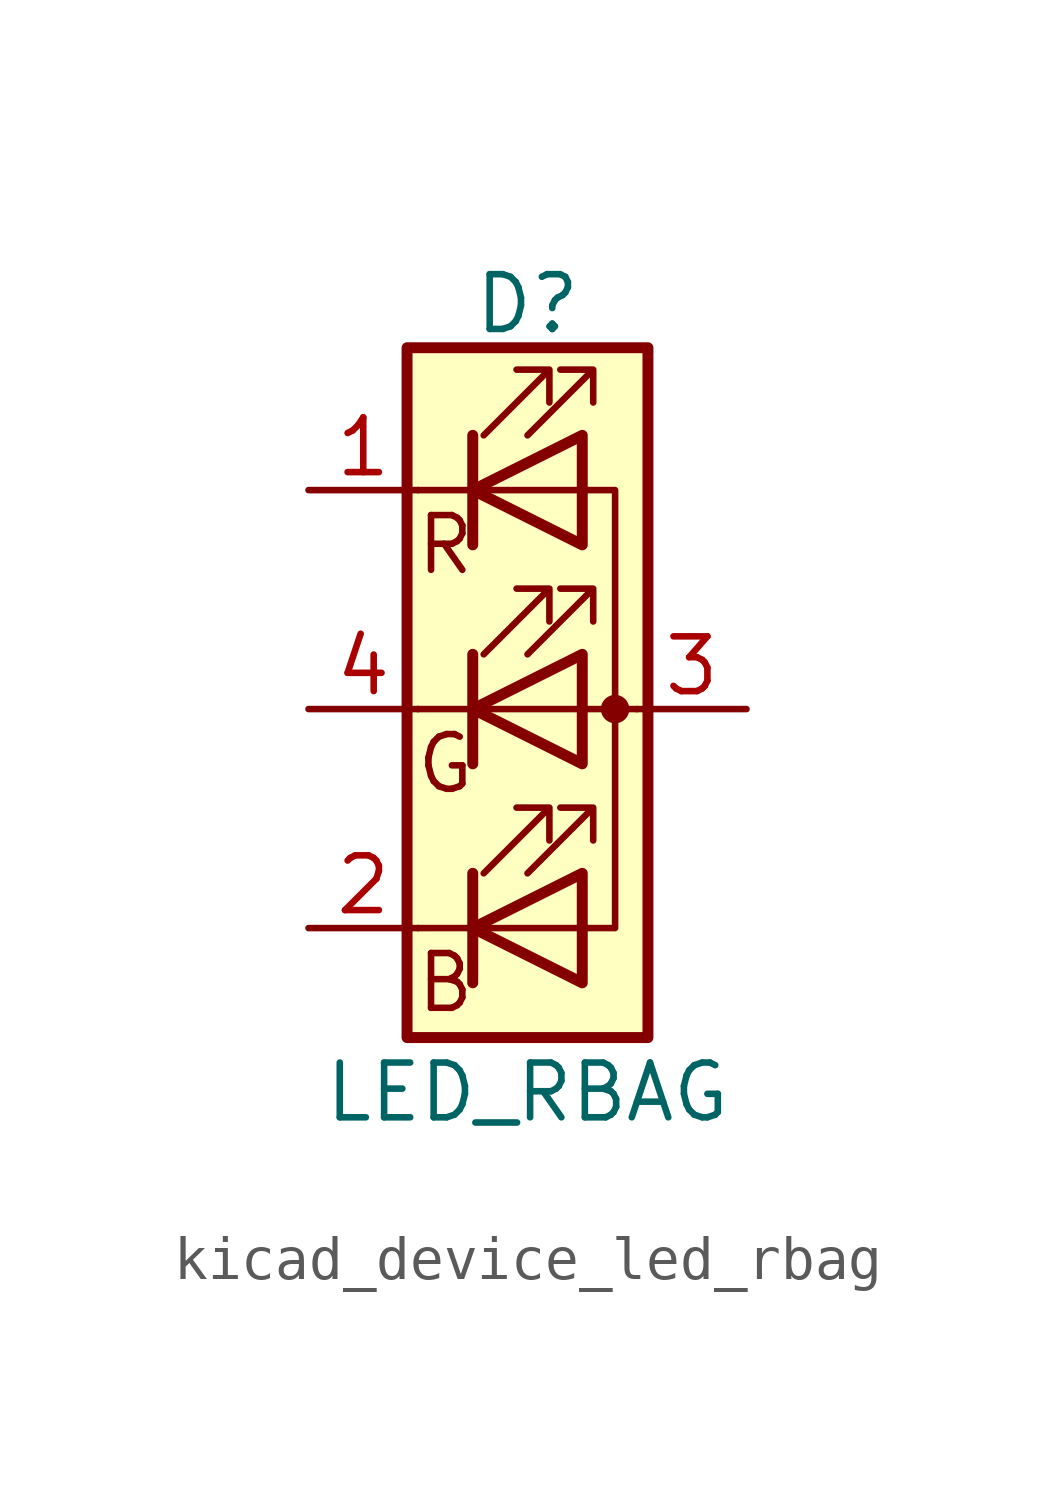
<source format=kicad_sym>
(kicad_symbol_lib
  (version 20220914)
  (generator kicad_symbol_editor)
  (symbol "kicad_device_led_rbag"
    (pin_names
      (offset 0) hide)
    (property "Reference" "D"
      (at 0 9.398 0)
      (effects (font (size 1.27 1.27))))
    (property "Value" "LED_RBAG"
      (at 0 -8.89 0)
      (effects (font (size 1.27 1.27))))
    (symbol "kicad_device_led_rbag_0_0"
      (text "B" (at -1.905 -6.35 0) (effects (font (size 1.27 1.27))))
      (text "G" (at -1.905 -1.27 0) (effects (font (size 1.27 1.27))))
      (text "R" (at -1.905 3.81 0) (effects (font (size 1.27 1.27)))))
    (symbol "kicad_device_led_rbag_0_1"
      (polyline (pts (xy -1.27 -5.08) (xy -2.54 -5.08)) (stroke (width 0) (type default)) (fill (type none)))
      (polyline (pts (xy -1.27 -5.08) (xy 1.27 -5.08)) (stroke (width 0) (type default)) (fill (type none)))
      (polyline (pts (xy -1.27 -3.81) (xy -1.27 -6.35)) (stroke (width 0.254) (type default)) (fill (type none)))
      (polyline (pts (xy -1.27 0) (xy -2.54 0)) (stroke (width 0) (type default)) (fill (type none)))
      (polyline (pts (xy -1.27 1.27) (xy -1.27 -1.27)) (stroke (width 0.254) (type default)) (fill (type none)))
      (polyline (pts (xy -1.27 5.08) (xy -2.54 5.08)) (stroke (width 0) (type default)) (fill (type none)))
      (polyline (pts (xy -1.27 5.08) (xy 1.27 5.08)) (stroke (width 0) (type default)) (fill (type none)))
      (polyline (pts (xy -1.27 6.35) (xy -1.27 3.81)) (stroke (width 0.254) (type default)) (fill (type none)))
      (polyline (pts (xy 1.27 0) (xy -1.27 0)) (stroke (width 0) (type default)) (fill (type none)))
      (polyline (pts (xy 1.27 0) (xy 2.54 0)) (stroke (width 0) (type default)) (fill (type none)))
      (polyline (pts (xy -1.27 1.27) (xy -1.27 -1.27) (xy -1.27 -1.27)) (stroke (width 0) (type default)) (fill (type none)))
      (polyline (pts (xy -1.27 6.35) (xy -1.27 3.81) (xy -1.27 3.81)) (stroke (width 0) (type default)) (fill (type none)))
      (polyline (pts (xy 1.27 -5.08) (xy 2.032 -5.08) (xy 2.032 5.08) (xy 1.27 5.08)) (stroke (width 0) (type default)) (fill (type none)))
      (polyline (pts (xy 1.27 -3.81) (xy 1.27 -6.35) (xy -1.27 -5.08) (xy 1.27 -3.81)) (stroke (width 0.254) (type default)) (fill (type none)))
      (polyline (pts (xy 1.27 1.27) (xy 1.27 -1.27) (xy -1.27 0) (xy 1.27 1.27)) (stroke (width 0.254) (type default)) (fill (type none)))
      (polyline (pts (xy 1.27 6.35) (xy 1.27 3.81) (xy -1.27 5.08) (xy 1.27 6.35)) (stroke (width 0.254) (type default)) (fill (type none)))
      (polyline (pts (xy -1.016 -3.81) (xy 0.508 -2.286) (xy -0.254 -2.286) (xy 0.508 -2.286) (xy 0.508 -3.048)) (stroke (width 0) (type default)) (fill (type none)))
      (polyline (pts (xy -1.016 1.27) (xy 0.508 2.794) (xy -0.254 2.794) (xy 0.508 2.794) (xy 0.508 2.032)) (stroke (width 0) (type default)) (fill (type none)))
      (polyline (pts (xy -1.016 6.35) (xy 0.508 7.874) (xy -0.254 7.874) (xy 0.508 7.874) (xy 0.508 7.112)) (stroke (width 0) (type default)) (fill (type none)))
      (polyline (pts (xy 0 -3.81) (xy 1.524 -2.286) (xy 0.762 -2.286) (xy 1.524 -2.286) (xy 1.524 -3.048)) (stroke (width 0) (type default)) (fill (type none)))
      (polyline (pts (xy 0 1.27) (xy 1.524 2.794) (xy 0.762 2.794) (xy 1.524 2.794) (xy 1.524 2.032)) (stroke (width 0) (type default)) (fill (type none)))
      (polyline (pts (xy 0 6.35) (xy 1.524 7.874) (xy 0.762 7.874) (xy 1.524 7.874) (xy 1.524 7.112)) (stroke (width 0) (type default)) (fill (type none)))
      (rectangle (start 1.27 -1.27) (end 1.27 1.27) (stroke (width 0) (type default)) (fill (type none)))
      (rectangle (start 1.27 1.27) (end 1.27 1.27) (stroke (width 0) (type default)) (fill (type none)))
      (rectangle (start 1.27 3.81) (end 1.27 6.35) (stroke (width 0) (type default)) (fill (type none)))
      (rectangle (start 1.27 6.35) (end 1.27 6.35) (stroke (width 0) (type default)) (fill (type none)))
      (circle (center 2.032 0) (radius 0.254) (stroke (width 0) (type default)) (fill (type outline)))
      (rectangle (start 2.794 8.382) (end -2.794 -7.62) (stroke (width 0.254) (type default)) (fill (type background))))
    (symbol "kicad_device_led_rbag_1_1"
      (pin passive line (at -5.08 5.08 0) (length 2.54) (name "RK" (effects (font (size 1.27 1.27)))) (number "1" (effects (font (size 1.27 1.27)))))
      (pin passive line (at -5.08 -5.08 0) (length 2.54) (name "BK" (effects (font (size 1.27 1.27)))) (number "2" (effects (font (size 1.27 1.27)))))
      (pin passive line (at 5.08 0 180) (length 2.54) (name "A" (effects (font (size 1.27 1.27)))) (number "3" (effects (font (size 1.27 1.27)))))
      (pin passive line (at -5.08 0 0) (length 2.54) (name "GK" (effects (font (size 1.27 1.27)))) (number "4" (effects (font (size 1.27 1.27))))))))
</source>
